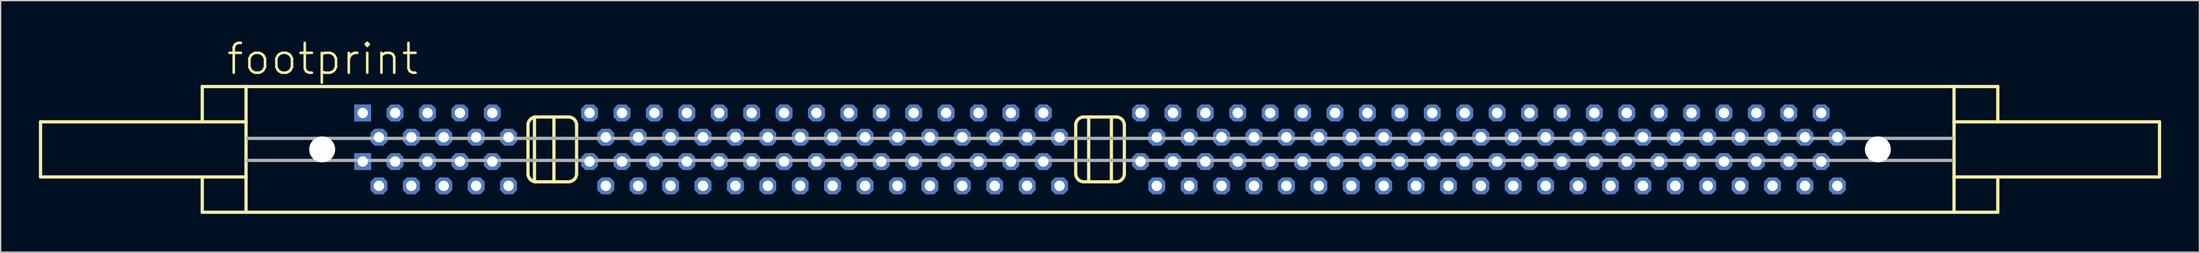
<source format=kicad_pcb>
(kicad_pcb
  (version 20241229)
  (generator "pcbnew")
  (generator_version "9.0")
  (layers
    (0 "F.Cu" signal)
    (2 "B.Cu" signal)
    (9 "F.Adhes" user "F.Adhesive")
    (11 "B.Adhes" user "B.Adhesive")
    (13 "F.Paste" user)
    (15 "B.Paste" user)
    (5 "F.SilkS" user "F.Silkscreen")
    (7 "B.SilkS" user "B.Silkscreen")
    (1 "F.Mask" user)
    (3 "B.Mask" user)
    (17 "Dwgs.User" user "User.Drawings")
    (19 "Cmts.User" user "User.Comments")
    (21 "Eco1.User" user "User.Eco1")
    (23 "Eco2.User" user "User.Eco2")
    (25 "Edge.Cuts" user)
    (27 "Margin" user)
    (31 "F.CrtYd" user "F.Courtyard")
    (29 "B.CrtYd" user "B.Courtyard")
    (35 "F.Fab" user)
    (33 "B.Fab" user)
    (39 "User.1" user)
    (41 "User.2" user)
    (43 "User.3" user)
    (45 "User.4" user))
  (footprint "footprint"
    (layer "F.Cu")
    (at 83.16 8.661)
    (property "Reference" "footprint" (at -68.58 -5.715 0) (layer "F.SilkS") (effects (font (size 2.337 2.337) (thickness 0.203)) (justify left bottom)))
    (fp_line (start -83.033 -2.159) (end -66.929 -2.159) (stroke (width 0.254) (type solid)) (layer "F.SilkS"))
    (fp_line (start -83.033 2.159) (end -83.033 -2.159) (stroke (width 0.254) (type solid)) (layer "F.SilkS"))
    (fp_line (start -70.358 -4.928) (end -66.929 -4.928) (stroke (width 0.254) (type solid)) (layer "F.SilkS"))
    (fp_line (start -70.358 -2.311) (end -70.358 -4.928) (stroke (width 0.254) (type solid)) (layer "F.SilkS"))
    (fp_line (start -70.358 2.286) (end -70.358 4.928) (stroke (width 0.254) (type solid)) (layer "F.SilkS"))
    (fp_line (start -70.358 4.928) (end -66.929 4.928) (stroke (width 0.254) (type solid)) (layer "F.SilkS"))
    (fp_line (start -66.929 -4.928) (end -66.929 -2.159) (stroke (width 0.254) (type solid)) (layer "F.SilkS"))
    (fp_line (start -66.929 -4.928) (end 66.929 -4.928) (stroke (width 0.254) (type solid)) (layer "F.SilkS"))
    (fp_line (start -66.929 -2.159) (end -66.929 2.159) (stroke (width 0.254) (type solid)) (layer "F.SilkS"))
    (fp_line (start -66.929 2.159) (end -83.033 2.159) (stroke (width 0.254) (type solid)) (layer "F.SilkS"))
    (fp_line (start -66.929 4.928) (end -66.929 2.159) (stroke (width 0.254) (type solid)) (layer "F.SilkS"))
    (fp_line (start -44.831 -1.905) (end -44.831 1.905) (stroke (width 0.254) (type solid)) (layer "F.SilkS"))
    (fp_line (start -44.323 2.54) (end -44.323 -2.54) (stroke (width 0.254) (type solid)) (layer "F.SilkS"))
    (fp_line (start -44.323 2.54) (end -44.196 2.54) (stroke (width 0.254) (type solid)) (layer "F.SilkS"))
    (fp_line (start -44.196 -2.54) (end -44.323 -2.54) (stroke (width 0.254) (type solid)) (layer "F.SilkS"))
    (fp_line (start -44.196 2.54) (end -42.799 2.54) (stroke (width 0.254) (type solid)) (layer "F.SilkS"))
    (fp_line (start -42.799 -2.54) (end -44.196 -2.54) (stroke (width 0.254) (type solid)) (layer "F.SilkS"))
    (fp_line (start -42.799 2.54) (end -42.799 -2.54) (stroke (width 0.254) (type solid)) (layer "F.SilkS"))
    (fp_line (start -42.799 2.54) (end -41.656 2.54) (stroke (width 0.254) (type solid)) (layer "F.SilkS"))
    (fp_line (start -41.656 -2.54) (end -42.799 -2.54) (stroke (width 0.254) (type solid)) (layer "F.SilkS"))
    (fp_line (start -41.021 1.905) (end -41.021 -1.905) (stroke (width 0.254) (type solid)) (layer "F.SilkS"))
    (fp_line (start -1.905 -1.905) (end -1.905 1.905) (stroke (width 0.254) (type solid)) (layer "F.SilkS"))
    (fp_line (start -1.27 2.54) (end -0.889 2.54) (stroke (width 0.254) (type solid)) (layer "F.SilkS"))
    (fp_line (start -0.889 -2.54) (end -1.27 -2.54) (stroke (width 0.254) (type solid)) (layer "F.SilkS"))
    (fp_line (start -0.889 2.54) (end -0.889 -2.54) (stroke (width 0.254) (type solid)) (layer "F.SilkS"))
    (fp_line (start -0.889 2.54) (end 0.889 2.54) (stroke (width 0.254) (type solid)) (layer "F.SilkS"))
    (fp_line (start 0.889 -2.54) (end -0.889 -2.54) (stroke (width 0.254) (type solid)) (layer "F.SilkS"))
    (fp_line (start 0.889 2.54) (end 0.889 -2.54) (stroke (width 0.254) (type solid)) (layer "F.SilkS"))
    (fp_line (start 0.889 2.54) (end 1.27 2.54) (stroke (width 0.254) (type solid)) (layer "F.SilkS"))
    (fp_line (start 1.27 -2.54) (end 0.889 -2.54) (stroke (width 0.254) (type solid)) (layer "F.SilkS"))
    (fp_line (start 1.905 1.905) (end 1.905 -1.905) (stroke (width 0.254) (type solid)) (layer "F.SilkS"))
    (fp_line (start 66.929 -4.928) (end 66.929 -2.159) (stroke (width 0.254) (type solid)) (layer "F.SilkS"))
    (fp_line (start 66.929 -2.159) (end 66.929 2.159) (stroke (width 0.254) (type solid)) (layer "F.SilkS"))
    (fp_line (start 66.929 2.159) (end 66.929 4.928) (stroke (width 0.254) (type solid)) (layer "F.SilkS"))
    (fp_line (start 66.929 4.928) (end -66.904 4.928) (stroke (width 0.254) (type solid)) (layer "F.SilkS"))
    (fp_line (start 66.929 4.928) (end 70.358 4.928) (stroke (width 0.254) (type solid)) (layer "F.SilkS"))
    (fp_line (start 70.358 -4.928) (end 66.929 -4.928) (stroke (width 0.254) (type solid)) (layer "F.SilkS"))
    (fp_line (start 70.358 -2.159) (end 66.929 -2.159) (stroke (width 0.254) (type solid)) (layer "F.SilkS"))
    (fp_line (start 70.358 -2.159) (end 70.358 -4.928) (stroke (width 0.254) (type solid)) (layer "F.SilkS"))
    (fp_line (start 70.358 2.159) (end 66.929 2.159) (stroke (width 0.254) (type solid)) (layer "F.SilkS"))
    (fp_line (start 70.358 2.159) (end 83.033 2.159) (stroke (width 0.254) (type solid)) (layer "F.SilkS"))
    (fp_line (start 70.358 4.928) (end 70.358 2.159) (stroke (width 0.254) (type solid)) (layer "F.SilkS"))
    (fp_line (start 83.033 -2.159) (end 70.358 -2.159) (stroke (width 0.254) (type solid)) (layer "F.SilkS"))
    (fp_line (start 83.033 2.159) (end 83.033 -2.159) (stroke (width 0.254) (type solid)) (layer "F.SilkS"))
    (fp_arc (start -44.831 -1.905) (mid -44.645013 -2.354013) (end -44.196 -2.54) (stroke (width 0.254) (type solid)) (layer "F.SilkS"))
    (fp_arc (start -44.196 2.54) (mid -44.645013 2.354013) (end -44.831 1.905) (stroke (width 0.254) (type solid)) (layer "F.SilkS"))
    (fp_arc (start -41.656 -2.54) (mid -41.206987 -2.354013) (end -41.021 -1.905) (stroke (width 0.254) (type solid)) (layer "F.SilkS"))
    (fp_arc (start -41.021 1.905) (mid -41.206987 2.354013) (end -41.656 2.54) (stroke (width 0.254) (type solid)) (layer "F.SilkS"))
    (fp_arc (start -1.905 -1.905) (mid -1.719013 -2.354013) (end -1.27 -2.54) (stroke (width 0.254) (type solid)) (layer "F.SilkS"))
    (fp_arc (start -1.27 2.54) (mid -1.719013 2.354013) (end -1.905 1.905) (stroke (width 0.254) (type solid)) (layer "F.SilkS"))
    (fp_arc (start 1.27 -2.54) (mid 1.719013 -2.354013) (end 1.905 -1.905) (stroke (width 0.254) (type solid)) (layer "F.SilkS"))
    (fp_arc (start 1.905 1.905) (mid 1.719013 2.354013) (end 1.27 2.54) (stroke (width 0.254) (type solid)) (layer "F.SilkS"))
    (fp_line (start -66.827 -0.864) (end 66.802 -0.864) (stroke (width 0.254) (type solid)) (layer "F.Fab"))
    (fp_line (start -66.827 0.864) (end 66.802 0.864) (stroke (width 0.254) (type solid)) (layer "F.Fab"))
    (pad "" np_thru_hole circle (at -60.96 0) (size 2.032 2.032) (drill 2.032) (layers "*.Cu" "*.Mask"))
    (pad "" np_thru_hole circle (at 60.96 0) (size 2.032 2.032) (drill 2.032) (layers "*.Cu" "*.Mask"))
    (pad "1" thru_hole rect (at -57.785 0.953) (size 1.321 1.321) (drill 0.813) (layers "*.Cu" "*.Mask"))
    (pad "2" thru_hole roundrect (at -56.515 2.857) (size 1.321 1.321) (drill 0.813) (layers "*.Cu" "*.Mask") (roundrect_rratio 0.25) (chamfer_ratio 0.25) (chamfer top_left top_right bottom_left bottom_right))
    (pad "3" thru_hole roundrect (at -55.245 0.953) (size 1.321 1.321) (drill 0.813) (layers "*.Cu" "*.Mask") (roundrect_rratio 0.25) (chamfer_ratio 0.25) (chamfer top_left top_right bottom_left bottom_right))
    (pad "4" thru_hole roundrect (at -53.975 2.857) (size 1.321 1.321) (drill 0.813) (layers "*.Cu" "*.Mask") (roundrect_rratio 0.25) (chamfer_ratio 0.25) (chamfer top_left top_right bottom_left bottom_right))
    (pad "5" thru_hole roundrect (at -52.705 0.953) (size 1.321 1.321) (drill 0.813) (layers "*.Cu" "*.Mask") (roundrect_rratio 0.25) (chamfer_ratio 0.25) (chamfer top_left top_right bottom_left bottom_right))
    (pad "6" thru_hole roundrect (at -51.435 2.857) (size 1.321 1.321) (drill 0.813) (layers "*.Cu" "*.Mask") (roundrect_rratio 0.25) (chamfer_ratio 0.25) (chamfer top_left top_right bottom_left bottom_right))
    (pad "7" thru_hole roundrect (at -50.165 0.953) (size 1.321 1.321) (drill 0.813) (layers "*.Cu" "*.Mask") (roundrect_rratio 0.25) (chamfer_ratio 0.25) (chamfer top_left top_right bottom_left bottom_right))
    (pad "8" thru_hole roundrect (at -48.895 2.857) (size 1.321 1.321) (drill 0.813) (layers "*.Cu" "*.Mask") (roundrect_rratio 0.25) (chamfer_ratio 0.25) (chamfer top_left top_right bottom_left bottom_right))
    (pad "9" thru_hole roundrect (at -47.625 0.953) (size 1.321 1.321) (drill 0.813) (layers "*.Cu" "*.Mask") (roundrect_rratio 0.25) (chamfer_ratio 0.25) (chamfer top_left top_right bottom_left bottom_right))
    (pad "10" thru_hole roundrect (at -46.355 2.857) (size 1.321 1.321) (drill 0.813) (layers "*.Cu" "*.Mask") (roundrect_rratio 0.25) (chamfer_ratio 0.25) (chamfer top_left top_right bottom_left bottom_right))
    (pad "11" thru_hole roundrect (at -40.005 0.953) (size 1.321 1.321) (drill 0.813) (layers "*.Cu" "*.Mask") (roundrect_rratio 0.25) (chamfer_ratio 0.25) (chamfer top_left top_right bottom_left bottom_right))
    (pad "12" thru_hole roundrect (at -38.735 2.857) (size 1.321 1.321) (drill 0.813) (layers "*.Cu" "*.Mask") (roundrect_rratio 0.25) (chamfer_ratio 0.25) (chamfer top_left top_right bottom_left bottom_right))
    (pad "13" thru_hole roundrect (at -37.465 0.953) (size 1.321 1.321) (drill 0.813) (layers "*.Cu" "*.Mask") (roundrect_rratio 0.25) (chamfer_ratio 0.25) (chamfer top_left top_right bottom_left bottom_right))
    (pad "14" thru_hole roundrect (at -36.195 2.857) (size 1.321 1.321) (drill 0.813) (layers "*.Cu" "*.Mask") (roundrect_rratio 0.25) (chamfer_ratio 0.25) (chamfer top_left top_right bottom_left bottom_right))
    (pad "15" thru_hole roundrect (at -34.925 0.953) (size 1.321 1.321) (drill 0.813) (layers "*.Cu" "*.Mask") (roundrect_rratio 0.25) (chamfer_ratio 0.25) (chamfer top_left top_right bottom_left bottom_right))
    (pad "16" thru_hole roundrect (at -33.655 2.857) (size 1.321 1.321) (drill 0.813) (layers "*.Cu" "*.Mask") (roundrect_rratio 0.25) (chamfer_ratio 0.25) (chamfer top_left top_right bottom_left bottom_right))
    (pad "17" thru_hole roundrect (at -32.385 0.953) (size 1.321 1.321) (drill 0.813) (layers "*.Cu" "*.Mask") (roundrect_rratio 0.25) (chamfer_ratio 0.25) (chamfer top_left top_right bottom_left bottom_right))
    (pad "18" thru_hole roundrect (at -31.115 2.857) (size 1.321 1.321) (drill 0.813) (layers "*.Cu" "*.Mask") (roundrect_rratio 0.25) (chamfer_ratio 0.25) (chamfer top_left top_right bottom_left bottom_right))
    (pad "19" thru_hole roundrect (at -29.845 0.953) (size 1.321 1.321) (drill 0.813) (layers "*.Cu" "*.Mask") (roundrect_rratio 0.25) (chamfer_ratio 0.25) (chamfer top_left top_right bottom_left bottom_right))
    (pad "20" thru_hole roundrect (at -28.575 2.857) (size 1.321 1.321) (drill 0.813) (layers "*.Cu" "*.Mask") (roundrect_rratio 0.25) (chamfer_ratio 0.25) (chamfer top_left top_right bottom_left bottom_right))
    (pad "21" thru_hole roundrect (at -27.305 0.953) (size 1.321 1.321) (drill 0.813) (layers "*.Cu" "*.Mask") (roundrect_rratio 0.25) (chamfer_ratio 0.25) (chamfer top_left top_right bottom_left bottom_right))
    (pad "22" thru_hole roundrect (at -26.035 2.857) (size 1.321 1.321) (drill 0.813) (layers "*.Cu" "*.Mask") (roundrect_rratio 0.25) (chamfer_ratio 0.25) (chamfer top_left top_right bottom_left bottom_right))
    (pad "23" thru_hole roundrect (at -24.765 0.953) (size 1.321 1.321) (drill 0.813) (layers "*.Cu" "*.Mask") (roundrect_rratio 0.25) (chamfer_ratio 0.25) (chamfer top_left top_right bottom_left bottom_right))
    (pad "24" thru_hole roundrect (at -23.495 2.857) (size 1.321 1.321) (drill 0.813) (layers "*.Cu" "*.Mask") (roundrect_rratio 0.25) (chamfer_ratio 0.25) (chamfer top_left top_right bottom_left bottom_right))
    (pad "25" thru_hole roundrect (at -22.225 0.953) (size 1.321 1.321) (drill 0.813) (layers "*.Cu" "*.Mask") (roundrect_rratio 0.25) (chamfer_ratio 0.25) (chamfer top_left top_right bottom_left bottom_right))
    (pad "26" thru_hole roundrect (at -20.955 2.857) (size 1.321 1.321) (drill 0.813) (layers "*.Cu" "*.Mask") (roundrect_rratio 0.25) (chamfer_ratio 0.25) (chamfer top_left top_right bottom_left bottom_right))
    (pad "27" thru_hole roundrect (at -19.685 0.953) (size 1.321 1.321) (drill 0.813) (layers "*.Cu" "*.Mask") (roundrect_rratio 0.25) (chamfer_ratio 0.25) (chamfer top_left top_right bottom_left bottom_right))
    (pad "28" thru_hole roundrect (at -18.415 2.857) (size 1.321 1.321) (drill 0.813) (layers "*.Cu" "*.Mask") (roundrect_rratio 0.25) (chamfer_ratio 0.25) (chamfer top_left top_right bottom_left bottom_right))
    (pad "29" thru_hole roundrect (at -17.145 0.953) (size 1.321 1.321) (drill 0.813) (layers "*.Cu" "*.Mask") (roundrect_rratio 0.25) (chamfer_ratio 0.25) (chamfer top_left top_right bottom_left bottom_right))
    (pad "30" thru_hole roundrect (at -15.875 2.857) (size 1.321 1.321) (drill 0.813) (layers "*.Cu" "*.Mask") (roundrect_rratio 0.25) (chamfer_ratio 0.25) (chamfer top_left top_right bottom_left bottom_right))
    (pad "31" thru_hole roundrect (at -14.605 0.953) (size 1.321 1.321) (drill 0.813) (layers "*.Cu" "*.Mask") (roundrect_rratio 0.25) (chamfer_ratio 0.25) (chamfer top_left top_right bottom_left bottom_right))
    (pad "32" thru_hole roundrect (at -13.335 2.857) (size 1.321 1.321) (drill 0.813) (layers "*.Cu" "*.Mask") (roundrect_rratio 0.25) (chamfer_ratio 0.25) (chamfer top_left top_right bottom_left bottom_right))
    (pad "33" thru_hole roundrect (at -12.065 0.953) (size 1.321 1.321) (drill 0.813) (layers "*.Cu" "*.Mask") (roundrect_rratio 0.25) (chamfer_ratio 0.25) (chamfer top_left top_right bottom_left bottom_right))
    (pad "34" thru_hole roundrect (at -10.795 2.857) (size 1.321 1.321) (drill 0.813) (layers "*.Cu" "*.Mask") (roundrect_rratio 0.25) (chamfer_ratio 0.25) (chamfer top_left top_right bottom_left bottom_right))
    (pad "35" thru_hole roundrect (at -9.525 0.953) (size 1.321 1.321) (drill 0.813) (layers "*.Cu" "*.Mask") (roundrect_rratio 0.25) (chamfer_ratio 0.25) (chamfer top_left top_right bottom_left bottom_right))
    (pad "36" thru_hole roundrect (at -8.255 2.857) (size 1.321 1.321) (drill 0.813) (layers "*.Cu" "*.Mask") (roundrect_rratio 0.25) (chamfer_ratio 0.25) (chamfer top_left top_right bottom_left bottom_right))
    (pad "37" thru_hole roundrect (at -6.985 0.953) (size 1.321 1.321) (drill 0.813) (layers "*.Cu" "*.Mask") (roundrect_rratio 0.25) (chamfer_ratio 0.25) (chamfer top_left top_right bottom_left bottom_right))
    (pad "38" thru_hole roundrect (at -5.715 2.857) (size 1.321 1.321) (drill 0.813) (layers "*.Cu" "*.Mask") (roundrect_rratio 0.25) (chamfer_ratio 0.25) (chamfer top_left top_right bottom_left bottom_right))
    (pad "39" thru_hole roundrect (at -4.445 0.953) (size 1.321 1.321) (drill 0.813) (layers "*.Cu" "*.Mask") (roundrect_rratio 0.25) (chamfer_ratio 0.25) (chamfer top_left top_right bottom_left bottom_right))
    (pad "40" thru_hole roundrect (at -3.175 2.857) (size 1.321 1.321) (drill 0.813) (layers "*.Cu" "*.Mask") (roundrect_rratio 0.25) (chamfer_ratio 0.25) (chamfer top_left top_right bottom_left bottom_right))
    (pad "41" thru_hole roundrect (at 3.175 0.953) (size 1.321 1.321) (drill 0.813) (layers "*.Cu" "*.Mask") (roundrect_rratio 0.25) (chamfer_ratio 0.25) (chamfer top_left top_right bottom_left bottom_right))
    (pad "42" thru_hole roundrect (at 4.445 2.857) (size 1.321 1.321) (drill 0.813) (layers "*.Cu" "*.Mask") (roundrect_rratio 0.25) (chamfer_ratio 0.25) (chamfer top_left top_right bottom_left bottom_right))
    (pad "43" thru_hole roundrect (at 5.715 0.953) (size 1.321 1.321) (drill 0.813) (layers "*.Cu" "*.Mask") (roundrect_rratio 0.25) (chamfer_ratio 0.25) (chamfer top_left top_right bottom_left bottom_right))
    (pad "44" thru_hole roundrect (at 6.985 2.857) (size 1.321 1.321) (drill 0.813) (layers "*.Cu" "*.Mask") (roundrect_rratio 0.25) (chamfer_ratio 0.25) (chamfer top_left top_right bottom_left bottom_right))
    (pad "45" thru_hole roundrect (at 8.255 0.953) (size 1.321 1.321) (drill 0.813) (layers "*.Cu" "*.Mask") (roundrect_rratio 0.25) (chamfer_ratio 0.25) (chamfer top_left top_right bottom_left bottom_right))
    (pad "46" thru_hole roundrect (at 9.525 2.857) (size 1.321 1.321) (drill 0.813) (layers "*.Cu" "*.Mask") (roundrect_rratio 0.25) (chamfer_ratio 0.25) (chamfer top_left top_right bottom_left bottom_right))
    (pad "47" thru_hole roundrect (at 10.795 0.953) (size 1.321 1.321) (drill 0.813) (layers "*.Cu" "*.Mask") (roundrect_rratio 0.25) (chamfer_ratio 0.25) (chamfer top_left top_right bottom_left bottom_right))
    (pad "48" thru_hole roundrect (at 12.065 2.857) (size 1.321 1.321) (drill 0.813) (layers "*.Cu" "*.Mask") (roundrect_rratio 0.25) (chamfer_ratio 0.25) (chamfer top_left top_right bottom_left bottom_right))
    (pad "49" thru_hole roundrect (at 13.335 0.953) (size 1.321 1.321) (drill 0.813) (layers "*.Cu" "*.Mask") (roundrect_rratio 0.25) (chamfer_ratio 0.25) (chamfer top_left top_right bottom_left bottom_right))
    (pad "50" thru_hole roundrect (at 14.605 2.857) (size 1.321 1.321) (drill 0.813) (layers "*.Cu" "*.Mask") (roundrect_rratio 0.25) (chamfer_ratio 0.25) (chamfer top_left top_right bottom_left bottom_right))
    (pad "51" thru_hole roundrect (at 15.875 0.953) (size 1.321 1.321) (drill 0.813) (layers "*.Cu" "*.Mask") (roundrect_rratio 0.25) (chamfer_ratio 0.25) (chamfer top_left top_right bottom_left bottom_right))
    (pad "52" thru_hole roundrect (at 17.145 2.857) (size 1.321 1.321) (drill 0.813) (layers "*.Cu" "*.Mask") (roundrect_rratio 0.25) (chamfer_ratio 0.25) (chamfer top_left top_right bottom_left bottom_right))
    (pad "53" thru_hole roundrect (at 18.415 0.953) (size 1.321 1.321) (drill 0.813) (layers "*.Cu" "*.Mask") (roundrect_rratio 0.25) (chamfer_ratio 0.25) (chamfer top_left top_right bottom_left bottom_right))
    (pad "54" thru_hole roundrect (at 19.685 2.857) (size 1.321 1.321) (drill 0.813) (layers "*.Cu" "*.Mask") (roundrect_rratio 0.25) (chamfer_ratio 0.25) (chamfer top_left top_right bottom_left bottom_right))
    (pad "55" thru_hole roundrect (at 20.955 0.953) (size 1.321 1.321) (drill 0.813) (layers "*.Cu" "*.Mask") (roundrect_rratio 0.25) (chamfer_ratio 0.25) (chamfer top_left top_right bottom_left bottom_right))
    (pad "56" thru_hole roundrect (at 22.225 2.857) (size 1.321 1.321) (drill 0.813) (layers "*.Cu" "*.Mask") (roundrect_rratio 0.25) (chamfer_ratio 0.25) (chamfer top_left top_right bottom_left bottom_right))
    (pad "57" thru_hole roundrect (at 23.495 0.953) (size 1.321 1.321) (drill 0.813) (layers "*.Cu" "*.Mask") (roundrect_rratio 0.25) (chamfer_ratio 0.25) (chamfer top_left top_right bottom_left bottom_right))
    (pad "58" thru_hole roundrect (at 24.765 2.857) (size 1.321 1.321) (drill 0.813) (layers "*.Cu" "*.Mask") (roundrect_rratio 0.25) (chamfer_ratio 0.25) (chamfer top_left top_right bottom_left bottom_right))
    (pad "59" thru_hole roundrect (at 26.035 0.953) (size 1.321 1.321) (drill 0.813) (layers "*.Cu" "*.Mask") (roundrect_rratio 0.25) (chamfer_ratio 0.25) (chamfer top_left top_right bottom_left bottom_right))
    (pad "60" thru_hole roundrect (at 27.305 2.857) (size 1.321 1.321) (drill 0.813) (layers "*.Cu" "*.Mask") (roundrect_rratio 0.25) (chamfer_ratio 0.25) (chamfer top_left top_right bottom_left bottom_right))
    (pad "61" thru_hole roundrect (at 28.575 0.953) (size 1.321 1.321) (drill 0.813) (layers "*.Cu" "*.Mask") (roundrect_rratio 0.25) (chamfer_ratio 0.25) (chamfer top_left top_right bottom_left bottom_right))
    (pad "62" thru_hole roundrect (at 29.845 2.857) (size 1.321 1.321) (drill 0.813) (layers "*.Cu" "*.Mask") (roundrect_rratio 0.25) (chamfer_ratio 0.25) (chamfer top_left top_right bottom_left bottom_right))
    (pad "63" thru_hole roundrect (at 31.115 0.953) (size 1.321 1.321) (drill 0.813) (layers "*.Cu" "*.Mask") (roundrect_rratio 0.25) (chamfer_ratio 0.25) (chamfer top_left top_right bottom_left bottom_right))
    (pad "64" thru_hole roundrect (at 32.385 2.857) (size 1.321 1.321) (drill 0.813) (layers "*.Cu" "*.Mask") (roundrect_rratio 0.25) (chamfer_ratio 0.25) (chamfer top_left top_right bottom_left bottom_right))
    (pad "65" thru_hole roundrect (at 33.655 0.953) (size 1.321 1.321) (drill 0.813) (layers "*.Cu" "*.Mask") (roundrect_rratio 0.25) (chamfer_ratio 0.25) (chamfer top_left top_right bottom_left bottom_right))
    (pad "66" thru_hole roundrect (at 34.925 2.857) (size 1.321 1.321) (drill 0.813) (layers "*.Cu" "*.Mask") (roundrect_rratio 0.25) (chamfer_ratio 0.25) (chamfer top_left top_right bottom_left bottom_right))
    (pad "67" thru_hole roundrect (at 36.195 0.953) (size 1.321 1.321) (drill 0.813) (layers "*.Cu" "*.Mask") (roundrect_rratio 0.25) (chamfer_ratio 0.25) (chamfer top_left top_right bottom_left bottom_right))
    (pad "68" thru_hole roundrect (at 37.465 2.857) (size 1.321 1.321) (drill 0.813) (layers "*.Cu" "*.Mask") (roundrect_rratio 0.25) (chamfer_ratio 0.25) (chamfer top_left top_right bottom_left bottom_right))
    (pad "69" thru_hole roundrect (at 38.735 0.953) (size 1.321 1.321) (drill 0.813) (layers "*.Cu" "*.Mask") (roundrect_rratio 0.25) (chamfer_ratio 0.25) (chamfer top_left top_right bottom_left bottom_right))
    (pad "70" thru_hole roundrect (at 40.005 2.857) (size 1.321 1.321) (drill 0.813) (layers "*.Cu" "*.Mask") (roundrect_rratio 0.25) (chamfer_ratio 0.25) (chamfer top_left top_right bottom_left bottom_right))
    (pad "71" thru_hole roundrect (at 41.275 0.953) (size 1.321 1.321) (drill 0.813) (layers "*.Cu" "*.Mask") (roundrect_rratio 0.25) (chamfer_ratio 0.25) (chamfer top_left top_right bottom_left bottom_right))
    (pad "72" thru_hole roundrect (at 42.545 2.857) (size 1.321 1.321) (drill 0.813) (layers "*.Cu" "*.Mask") (roundrect_rratio 0.25) (chamfer_ratio 0.25) (chamfer top_left top_right bottom_left bottom_right))
    (pad "73" thru_hole roundrect (at 43.815 0.953) (size 1.321 1.321) (drill 0.813) (layers "*.Cu" "*.Mask") (roundrect_rratio 0.25) (chamfer_ratio 0.25) (chamfer top_left top_right bottom_left bottom_right))
    (pad "74" thru_hole roundrect (at 45.085 2.857) (size 1.321 1.321) (drill 0.813) (layers "*.Cu" "*.Mask") (roundrect_rratio 0.25) (chamfer_ratio 0.25) (chamfer top_left top_right bottom_left bottom_right))
    (pad "75" thru_hole roundrect (at 46.355 0.953) (size 1.321 1.321) (drill 0.813) (layers "*.Cu" "*.Mask") (roundrect_rratio 0.25) (chamfer_ratio 0.25) (chamfer top_left top_right bottom_left bottom_right))
    (pad "76" thru_hole roundrect (at 47.625 2.857) (size 1.321 1.321) (drill 0.813) (layers "*.Cu" "*.Mask") (roundrect_rratio 0.25) (chamfer_ratio 0.25) (chamfer top_left top_right bottom_left bottom_right))
    (pad "77" thru_hole roundrect (at 48.895 0.953) (size 1.321 1.321) (drill 0.813) (layers "*.Cu" "*.Mask") (roundrect_rratio 0.25) (chamfer_ratio 0.25) (chamfer top_left top_right bottom_left bottom_right))
    (pad "78" thru_hole roundrect (at 50.165 2.857) (size 1.321 1.321) (drill 0.813) (layers "*.Cu" "*.Mask") (roundrect_rratio 0.25) (chamfer_ratio 0.25) (chamfer top_left top_right bottom_left bottom_right))
    (pad "79" thru_hole roundrect (at 51.435 0.953) (size 1.321 1.321) (drill 0.813) (layers "*.Cu" "*.Mask") (roundrect_rratio 0.25) (chamfer_ratio 0.25) (chamfer top_left top_right bottom_left bottom_right))
    (pad "80" thru_hole roundrect (at 52.705 2.857) (size 1.321 1.321) (drill 0.813) (layers "*.Cu" "*.Mask") (roundrect_rratio 0.25) (chamfer_ratio 0.25) (chamfer top_left top_right bottom_left bottom_right))
    (pad "81" thru_hole roundrect (at 53.975 0.953) (size 1.321 1.321) (drill 0.813) (layers "*.Cu" "*.Mask") (roundrect_rratio 0.25) (chamfer_ratio 0.25) (chamfer top_left top_right bottom_left bottom_right))
    (pad "82" thru_hole roundrect (at 55.245 2.857) (size 1.321 1.321) (drill 0.813) (layers "*.Cu" "*.Mask") (roundrect_rratio 0.25) (chamfer_ratio 0.25) (chamfer top_left top_right bottom_left bottom_right))
    (pad "83" thru_hole roundrect (at 56.515 0.953) (size 1.321 1.321) (drill 0.813) (layers "*.Cu" "*.Mask") (roundrect_rratio 0.25) (chamfer_ratio 0.25) (chamfer top_left top_right bottom_left bottom_right))
    (pad "84" thru_hole roundrect (at 57.785 2.857) (size 1.321 1.321) (drill 0.813) (layers "*.Cu" "*.Mask") (roundrect_rratio 0.25) (chamfer_ratio 0.25) (chamfer top_left top_right bottom_left bottom_right))
    (pad "85" thru_hole rect (at -57.785 -2.857) (size 1.321 1.321) (drill 0.813) (layers "*.Cu" "*.Mask"))
    (pad "86" thru_hole roundrect (at -56.515 -0.953) (size 1.321 1.321) (drill 0.813) (layers "*.Cu" "*.Mask") (roundrect_rratio 0.25) (chamfer_ratio 0.25) (chamfer top_left top_right bottom_left bottom_right))
    (pad "87" thru_hole roundrect (at -55.245 -2.857) (size 1.321 1.321) (drill 0.813) (layers "*.Cu" "*.Mask") (roundrect_rratio 0.25) (chamfer_ratio 0.25) (chamfer top_left top_right bottom_left bottom_right))
    (pad "88" thru_hole roundrect (at -53.975 -0.953) (size 1.321 1.321) (drill 0.813) (layers "*.Cu" "*.Mask") (roundrect_rratio 0.25) (chamfer_ratio 0.25) (chamfer top_left top_right bottom_left bottom_right))
    (pad "89" thru_hole roundrect (at -52.705 -2.857) (size 1.321 1.321) (drill 0.813) (layers "*.Cu" "*.Mask") (roundrect_rratio 0.25) (chamfer_ratio 0.25) (chamfer top_left top_right bottom_left bottom_right))
    (pad "90" thru_hole roundrect (at -51.435 -0.953) (size 1.321 1.321) (drill 0.813) (layers "*.Cu" "*.Mask") (roundrect_rratio 0.25) (chamfer_ratio 0.25) (chamfer top_left top_right bottom_left bottom_right))
    (pad "91" thru_hole roundrect (at -50.165 -2.857) (size 1.321 1.321) (drill 0.813) (layers "*.Cu" "*.Mask") (roundrect_rratio 0.25) (chamfer_ratio 0.25) (chamfer top_left top_right bottom_left bottom_right))
    (pad "92" thru_hole roundrect (at -48.895 -0.953) (size 1.321 1.321) (drill 0.813) (layers "*.Cu" "*.Mask") (roundrect_rratio 0.25) (chamfer_ratio 0.25) (chamfer top_left top_right bottom_left bottom_right))
    (pad "93" thru_hole roundrect (at -47.625 -2.857) (size 1.321 1.321) (drill 0.813) (layers "*.Cu" "*.Mask") (roundrect_rratio 0.25) (chamfer_ratio 0.25) (chamfer top_left top_right bottom_left bottom_right))
    (pad "94" thru_hole roundrect (at -46.355 -0.953) (size 1.321 1.321) (drill 0.813) (layers "*.Cu" "*.Mask") (roundrect_rratio 0.25) (chamfer_ratio 0.25) (chamfer top_left top_right bottom_left bottom_right))
    (pad "95" thru_hole roundrect (at -40.005 -2.857) (size 1.321 1.321) (drill 0.813) (layers "*.Cu" "*.Mask") (roundrect_rratio 0.25) (chamfer_ratio 0.25) (chamfer top_left top_right bottom_left bottom_right))
    (pad "96" thru_hole roundrect (at -38.735 -0.953) (size 1.321 1.321) (drill 0.813) (layers "*.Cu" "*.Mask") (roundrect_rratio 0.25) (chamfer_ratio 0.25) (chamfer top_left top_right bottom_left bottom_right))
    (pad "97" thru_hole roundrect (at -37.465 -2.857) (size 1.321 1.321) (drill 0.813) (layers "*.Cu" "*.Mask") (roundrect_rratio 0.25) (chamfer_ratio 0.25) (chamfer top_left top_right bottom_left bottom_right))
    (pad "98" thru_hole roundrect (at -36.195 -0.953) (size 1.321 1.321) (drill 0.813) (layers "*.Cu" "*.Mask") (roundrect_rratio 0.25) (chamfer_ratio 0.25) (chamfer top_left top_right bottom_left bottom_right))
    (pad "99" thru_hole roundrect (at -34.925 -2.857) (size 1.321 1.321) (drill 0.813) (layers "*.Cu" "*.Mask") (roundrect_rratio 0.25) (chamfer_ratio 0.25) (chamfer top_left top_right bottom_left bottom_right))
    (pad "100" thru_hole roundrect (at -33.655 -0.953) (size 1.321 1.321) (drill 0.813) (layers "*.Cu" "*.Mask") (roundrect_rratio 0.25) (chamfer_ratio 0.25) (chamfer top_left top_right bottom_left bottom_right))
    (pad "101" thru_hole roundrect (at -32.385 -2.857) (size 1.321 1.321) (drill 0.813) (layers "*.Cu" "*.Mask") (roundrect_rratio 0.25) (chamfer_ratio 0.25) (chamfer top_left top_right bottom_left bottom_right))
    (pad "102" thru_hole roundrect (at -31.115 -0.953) (size 1.321 1.321) (drill 0.813) (layers "*.Cu" "*.Mask") (roundrect_rratio 0.25) (chamfer_ratio 0.25) (chamfer top_left top_right bottom_left bottom_right))
    (pad "103" thru_hole roundrect (at -29.845 -2.857) (size 1.321 1.321) (drill 0.813) (layers "*.Cu" "*.Mask") (roundrect_rratio 0.25) (chamfer_ratio 0.25) (chamfer top_left top_right bottom_left bottom_right))
    (pad "104" thru_hole roundrect (at -28.575 -0.953) (size 1.321 1.321) (drill 0.813) (layers "*.Cu" "*.Mask") (roundrect_rratio 0.25) (chamfer_ratio 0.25) (chamfer top_left top_right bottom_left bottom_right))
    (pad "105" thru_hole roundrect (at -27.305 -2.857) (size 1.321 1.321) (drill 0.813) (layers "*.Cu" "*.Mask") (roundrect_rratio 0.25) (chamfer_ratio 0.25) (chamfer top_left top_right bottom_left bottom_right))
    (pad "106" thru_hole roundrect (at -26.035 -0.953) (size 1.321 1.321) (drill 0.813) (layers "*.Cu" "*.Mask") (roundrect_rratio 0.25) (chamfer_ratio 0.25) (chamfer top_left top_right bottom_left bottom_right))
    (pad "107" thru_hole roundrect (at -24.765 -2.857) (size 1.321 1.321) (drill 0.813) (layers "*.Cu" "*.Mask") (roundrect_rratio 0.25) (chamfer_ratio 0.25) (chamfer top_left top_right bottom_left bottom_right))
    (pad "108" thru_hole roundrect (at -23.495 -0.953) (size 1.321 1.321) (drill 0.813) (layers "*.Cu" "*.Mask") (roundrect_rratio 0.25) (chamfer_ratio 0.25) (chamfer top_left top_right bottom_left bottom_right))
    (pad "109" thru_hole roundrect (at -22.225 -2.857) (size 1.321 1.321) (drill 0.813) (layers "*.Cu" "*.Mask") (roundrect_rratio 0.25) (chamfer_ratio 0.25) (chamfer top_left top_right bottom_left bottom_right))
    (pad "110" thru_hole roundrect (at -20.955 -0.953) (size 1.321 1.321) (drill 0.813) (layers "*.Cu" "*.Mask") (roundrect_rratio 0.25) (chamfer_ratio 0.25) (chamfer top_left top_right bottom_left bottom_right))
    (pad "111" thru_hole roundrect (at -19.685 -2.857) (size 1.321 1.321) (drill 0.813) (layers "*.Cu" "*.Mask") (roundrect_rratio 0.25) (chamfer_ratio 0.25) (chamfer top_left top_right bottom_left bottom_right))
    (pad "112" thru_hole roundrect (at -18.415 -0.953) (size 1.321 1.321) (drill 0.813) (layers "*.Cu" "*.Mask") (roundrect_rratio 0.25) (chamfer_ratio 0.25) (chamfer top_left top_right bottom_left bottom_right))
    (pad "113" thru_hole roundrect (at -17.145 -2.857) (size 1.321 1.321) (drill 0.813) (layers "*.Cu" "*.Mask") (roundrect_rratio 0.25) (chamfer_ratio 0.25) (chamfer top_left top_right bottom_left bottom_right))
    (pad "114" thru_hole roundrect (at -15.875 -0.953) (size 1.321 1.321) (drill 0.813) (layers "*.Cu" "*.Mask") (roundrect_rratio 0.25) (chamfer_ratio 0.25) (chamfer top_left top_right bottom_left bottom_right))
    (pad "115" thru_hole roundrect (at -14.605 -2.857) (size 1.321 1.321) (drill 0.813) (layers "*.Cu" "*.Mask") (roundrect_rratio 0.25) (chamfer_ratio 0.25) (chamfer top_left top_right bottom_left bottom_right))
    (pad "116" thru_hole roundrect (at -13.335 -0.953) (size 1.321 1.321) (drill 0.813) (layers "*.Cu" "*.Mask") (roundrect_rratio 0.25) (chamfer_ratio 0.25) (chamfer top_left top_right bottom_left bottom_right))
    (pad "117" thru_hole roundrect (at -12.065 -2.857) (size 1.321 1.321) (drill 0.813) (layers "*.Cu" "*.Mask") (roundrect_rratio 0.25) (chamfer_ratio 0.25) (chamfer top_left top_right bottom_left bottom_right))
    (pad "118" thru_hole roundrect (at -10.795 -0.953) (size 1.321 1.321) (drill 0.813) (layers "*.Cu" "*.Mask") (roundrect_rratio 0.25) (chamfer_ratio 0.25) (chamfer top_left top_right bottom_left bottom_right))
    (pad "119" thru_hole roundrect (at -9.525 -2.857) (size 1.321 1.321) (drill 0.813) (layers "*.Cu" "*.Mask") (roundrect_rratio 0.25) (chamfer_ratio 0.25) (chamfer top_left top_right bottom_left bottom_right))
    (pad "120" thru_hole roundrect (at -8.255 -0.953) (size 1.321 1.321) (drill 0.813) (layers "*.Cu" "*.Mask") (roundrect_rratio 0.25) (chamfer_ratio 0.25) (chamfer top_left top_right bottom_left bottom_right))
    (pad "121" thru_hole roundrect (at -6.985 -2.857) (size 1.321 1.321) (drill 0.813) (layers "*.Cu" "*.Mask") (roundrect_rratio 0.25) (chamfer_ratio 0.25) (chamfer top_left top_right bottom_left bottom_right))
    (pad "122" thru_hole roundrect (at -5.715 -0.953) (size 1.321 1.321) (drill 0.813) (layers "*.Cu" "*.Mask") (roundrect_rratio 0.25) (chamfer_ratio 0.25) (chamfer top_left top_right bottom_left bottom_right))
    (pad "123" thru_hole roundrect (at -4.445 -2.857) (size 1.321 1.321) (drill 0.813) (layers "*.Cu" "*.Mask") (roundrect_rratio 0.25) (chamfer_ratio 0.25) (chamfer top_left top_right bottom_left bottom_right))
    (pad "124" thru_hole roundrect (at -3.175 -0.953) (size 1.321 1.321) (drill 0.813) (layers "*.Cu" "*.Mask") (roundrect_rratio 0.25) (chamfer_ratio 0.25) (chamfer top_left top_right bottom_left bottom_right))
    (pad "125" thru_hole roundrect (at 3.175 -2.857) (size 1.321 1.321) (drill 0.813) (layers "*.Cu" "*.Mask") (roundrect_rratio 0.25) (chamfer_ratio 0.25) (chamfer top_left top_right bottom_left bottom_right))
    (pad "126" thru_hole roundrect (at 4.445 -0.953) (size 1.321 1.321) (drill 0.813) (layers "*.Cu" "*.Mask") (roundrect_rratio 0.25) (chamfer_ratio 0.25) (chamfer top_left top_right bottom_left bottom_right))
    (pad "127" thru_hole roundrect (at 5.715 -2.857) (size 1.321 1.321) (drill 0.813) (layers "*.Cu" "*.Mask") (roundrect_rratio 0.25) (chamfer_ratio 0.25) (chamfer top_left top_right bottom_left bottom_right))
    (pad "128" thru_hole roundrect (at 6.985 -0.953) (size 1.321 1.321) (drill 0.813) (layers "*.Cu" "*.Mask") (roundrect_rratio 0.25) (chamfer_ratio 0.25) (chamfer top_left top_right bottom_left bottom_right))
    (pad "129" thru_hole roundrect (at 8.255 -2.857) (size 1.321 1.321) (drill 0.813) (layers "*.Cu" "*.Mask") (roundrect_rratio 0.25) (chamfer_ratio 0.25) (chamfer top_left top_right bottom_left bottom_right))
    (pad "130" thru_hole roundrect (at 9.525 -0.953) (size 1.321 1.321) (drill 0.813) (layers "*.Cu" "*.Mask") (roundrect_rratio 0.25) (chamfer_ratio 0.25) (chamfer top_left top_right bottom_left bottom_right))
    (pad "131" thru_hole roundrect (at 10.795 -2.857) (size 1.321 1.321) (drill 0.813) (layers "*.Cu" "*.Mask") (roundrect_rratio 0.25) (chamfer_ratio 0.25) (chamfer top_left top_right bottom_left bottom_right))
    (pad "132" thru_hole roundrect (at 12.065 -0.953) (size 1.321 1.321) (drill 0.813) (layers "*.Cu" "*.Mask") (roundrect_rratio 0.25) (chamfer_ratio 0.25) (chamfer top_left top_right bottom_left bottom_right))
    (pad "133" thru_hole roundrect (at 13.335 -2.857) (size 1.321 1.321) (drill 0.813) (layers "*.Cu" "*.Mask") (roundrect_rratio 0.25) (chamfer_ratio 0.25) (chamfer top_left top_right bottom_left bottom_right))
    (pad "134" thru_hole roundrect (at 14.605 -0.953) (size 1.321 1.321) (drill 0.813) (layers "*.Cu" "*.Mask") (roundrect_rratio 0.25) (chamfer_ratio 0.25) (chamfer top_left top_right bottom_left bottom_right))
    (pad "135" thru_hole roundrect (at 15.875 -2.857) (size 1.321 1.321) (drill 0.813) (layers "*.Cu" "*.Mask") (roundrect_rratio 0.25) (chamfer_ratio 0.25) (chamfer top_left top_right bottom_left bottom_right))
    (pad "136" thru_hole roundrect (at 17.145 -0.953) (size 1.321 1.321) (drill 0.813) (layers "*.Cu" "*.Mask") (roundrect_rratio 0.25) (chamfer_ratio 0.25) (chamfer top_left top_right bottom_left bottom_right))
    (pad "137" thru_hole roundrect (at 18.415 -2.857) (size 1.321 1.321) (drill 0.813) (layers "*.Cu" "*.Mask") (roundrect_rratio 0.25) (chamfer_ratio 0.25) (chamfer top_left top_right bottom_left bottom_right))
    (pad "138" thru_hole roundrect (at 19.685 -0.953) (size 1.321 1.321) (drill 0.813) (layers "*.Cu" "*.Mask") (roundrect_rratio 0.25) (chamfer_ratio 0.25) (chamfer top_left top_right bottom_left bottom_right))
    (pad "139" thru_hole roundrect (at 20.955 -2.857) (size 1.321 1.321) (drill 0.813) (layers "*.Cu" "*.Mask") (roundrect_rratio 0.25) (chamfer_ratio 0.25) (chamfer top_left top_right bottom_left bottom_right))
    (pad "140" thru_hole roundrect (at 22.225 -0.953) (size 1.321 1.321) (drill 0.813) (layers "*.Cu" "*.Mask") (roundrect_rratio 0.25) (chamfer_ratio 0.25) (chamfer top_left top_right bottom_left bottom_right))
    (pad "141" thru_hole roundrect (at 23.495 -2.857) (size 1.321 1.321) (drill 0.813) (layers "*.Cu" "*.Mask") (roundrect_rratio 0.25) (chamfer_ratio 0.25) (chamfer top_left top_right bottom_left bottom_right))
    (pad "142" thru_hole roundrect (at 24.765 -0.953) (size 1.321 1.321) (drill 0.813) (layers "*.Cu" "*.Mask") (roundrect_rratio 0.25) (chamfer_ratio 0.25) (chamfer top_left top_right bottom_left bottom_right))
    (pad "143" thru_hole roundrect (at 26.035 -2.857) (size 1.321 1.321) (drill 0.813) (layers "*.Cu" "*.Mask") (roundrect_rratio 0.25) (chamfer_ratio 0.25) (chamfer top_left top_right bottom_left bottom_right))
    (pad "144" thru_hole roundrect (at 27.305 -0.953) (size 1.321 1.321) (drill 0.813) (layers "*.Cu" "*.Mask") (roundrect_rratio 0.25) (chamfer_ratio 0.25) (chamfer top_left top_right bottom_left bottom_right))
    (pad "145" thru_hole roundrect (at 28.575 -2.857) (size 1.321 1.321) (drill 0.813) (layers "*.Cu" "*.Mask") (roundrect_rratio 0.25) (chamfer_ratio 0.25) (chamfer top_left top_right bottom_left bottom_right))
    (pad "146" thru_hole roundrect (at 29.845 -0.953) (size 1.321 1.321) (drill 0.813) (layers "*.Cu" "*.Mask") (roundrect_rratio 0.25) (chamfer_ratio 0.25) (chamfer top_left top_right bottom_left bottom_right))
    (pad "147" thru_hole roundrect (at 31.115 -2.857) (size 1.321 1.321) (drill 0.813) (layers "*.Cu" "*.Mask") (roundrect_rratio 0.25) (chamfer_ratio 0.25) (chamfer top_left top_right bottom_left bottom_right))
    (pad "148" thru_hole roundrect (at 32.385 -0.953) (size 1.321 1.321) (drill 0.813) (layers "*.Cu" "*.Mask") (roundrect_rratio 0.25) (chamfer_ratio 0.25) (chamfer top_left top_right bottom_left bottom_right))
    (pad "149" thru_hole roundrect (at 33.655 -2.857) (size 1.321 1.321) (drill 0.813) (layers "*.Cu" "*.Mask") (roundrect_rratio 0.25) (chamfer_ratio 0.25) (chamfer top_left top_right bottom_left bottom_right))
    (pad "150" thru_hole roundrect (at 34.925 -0.953) (size 1.321 1.321) (drill 0.813) (layers "*.Cu" "*.Mask") (roundrect_rratio 0.25) (chamfer_ratio 0.25) (chamfer top_left top_right bottom_left bottom_right))
    (pad "151" thru_hole roundrect (at 36.195 -2.857) (size 1.321 1.321) (drill 0.813) (layers "*.Cu" "*.Mask") (roundrect_rratio 0.25) (chamfer_ratio 0.25) (chamfer top_left top_right bottom_left bottom_right))
    (pad "152" thru_hole roundrect (at 37.465 -0.953) (size 1.321 1.321) (drill 0.813) (layers "*.Cu" "*.Mask") (roundrect_rratio 0.25) (chamfer_ratio 0.25) (chamfer top_left top_right bottom_left bottom_right))
    (pad "153" thru_hole roundrect (at 38.735 -2.857) (size 1.321 1.321) (drill 0.813) (layers "*.Cu" "*.Mask") (roundrect_rratio 0.25) (chamfer_ratio 0.25) (chamfer top_left top_right bottom_left bottom_right))
    (pad "154" thru_hole roundrect (at 40.005 -0.953) (size 1.321 1.321) (drill 0.813) (layers "*.Cu" "*.Mask") (roundrect_rratio 0.25) (chamfer_ratio 0.25) (chamfer top_left top_right bottom_left bottom_right))
    (pad "155" thru_hole roundrect (at 41.275 -2.857) (size 1.321 1.321) (drill 0.813) (layers "*.Cu" "*.Mask") (roundrect_rratio 0.25) (chamfer_ratio 0.25) (chamfer top_left top_right bottom_left bottom_right))
    (pad "156" thru_hole roundrect (at 42.545 -0.953) (size 1.321 1.321) (drill 0.813) (layers "*.Cu" "*.Mask") (roundrect_rratio 0.25) (chamfer_ratio 0.25) (chamfer top_left top_right bottom_left bottom_right))
    (pad "157" thru_hole roundrect (at 43.815 -2.857) (size 1.321 1.321) (drill 0.813) (layers "*.Cu" "*.Mask") (roundrect_rratio 0.25) (chamfer_ratio 0.25) (chamfer top_left top_right bottom_left bottom_right))
    (pad "158" thru_hole roundrect (at 45.085 -0.953) (size 1.321 1.321) (drill 0.813) (layers "*.Cu" "*.Mask") (roundrect_rratio 0.25) (chamfer_ratio 0.25) (chamfer top_left top_right bottom_left bottom_right))
    (pad "159" thru_hole roundrect (at 46.355 -2.857) (size 1.321 1.321) (drill 0.813) (layers "*.Cu" "*.Mask") (roundrect_rratio 0.25) (chamfer_ratio 0.25) (chamfer top_left top_right bottom_left bottom_right))
    (pad "160" thru_hole roundrect (at 47.625 -0.953) (size 1.321 1.321) (drill 0.813) (layers "*.Cu" "*.Mask") (roundrect_rratio 0.25) (chamfer_ratio 0.25) (chamfer top_left top_right bottom_left bottom_right))
    (pad "161" thru_hole roundrect (at 48.895 -2.857) (size 1.321 1.321) (drill 0.813) (layers "*.Cu" "*.Mask") (roundrect_rratio 0.25) (chamfer_ratio 0.25) (chamfer top_left top_right bottom_left bottom_right))
    (pad "162" thru_hole roundrect (at 50.165 -0.953) (size 1.321 1.321) (drill 0.813) (layers "*.Cu" "*.Mask") (roundrect_rratio 0.25) (chamfer_ratio 0.25) (chamfer top_left top_right bottom_left bottom_right))
    (pad "163" thru_hole roundrect (at 51.435 -2.857) (size 1.321 1.321) (drill 0.813) (layers "*.Cu" "*.Mask") (roundrect_rratio 0.25) (chamfer_ratio 0.25) (chamfer top_left top_right bottom_left bottom_right))
    (pad "164" thru_hole roundrect (at 52.705 -0.953) (size 1.321 1.321) (drill 0.813) (layers "*.Cu" "*.Mask") (roundrect_rratio 0.25) (chamfer_ratio 0.25) (chamfer top_left top_right bottom_left bottom_right))
    (pad "165" thru_hole roundrect (at 53.975 -2.857) (size 1.321 1.321) (drill 0.813) (layers "*.Cu" "*.Mask") (roundrect_rratio 0.25) (chamfer_ratio 0.25) (chamfer top_left top_right bottom_left bottom_right))
    (pad "166" thru_hole roundrect (at 55.245 -0.953) (size 1.321 1.321) (drill 0.813) (layers "*.Cu" "*.Mask") (roundrect_rratio 0.25) (chamfer_ratio 0.25) (chamfer top_left top_right bottom_left bottom_right))
    (pad "167" thru_hole roundrect (at 56.515 -2.857) (size 1.321 1.321) (drill 0.813) (layers "*.Cu" "*.Mask") (roundrect_rratio 0.25) (chamfer_ratio 0.25) (chamfer top_left top_right bottom_left bottom_right))
    (pad "168" thru_hole roundrect (at 57.785 -0.953) (size 1.321 1.321) (drill 0.813) (layers "*.Cu" "*.Mask") (roundrect_rratio 0.25) (chamfer_ratio 0.25) (chamfer top_left top_right bottom_left bottom_right)))
  (gr_rect
    (start -3 -3)
    (end 169.319 16.716)
    (stroke (width 0.1) (type default))
    (fill no)
    (layer "Edge.Cuts")))
</source>
